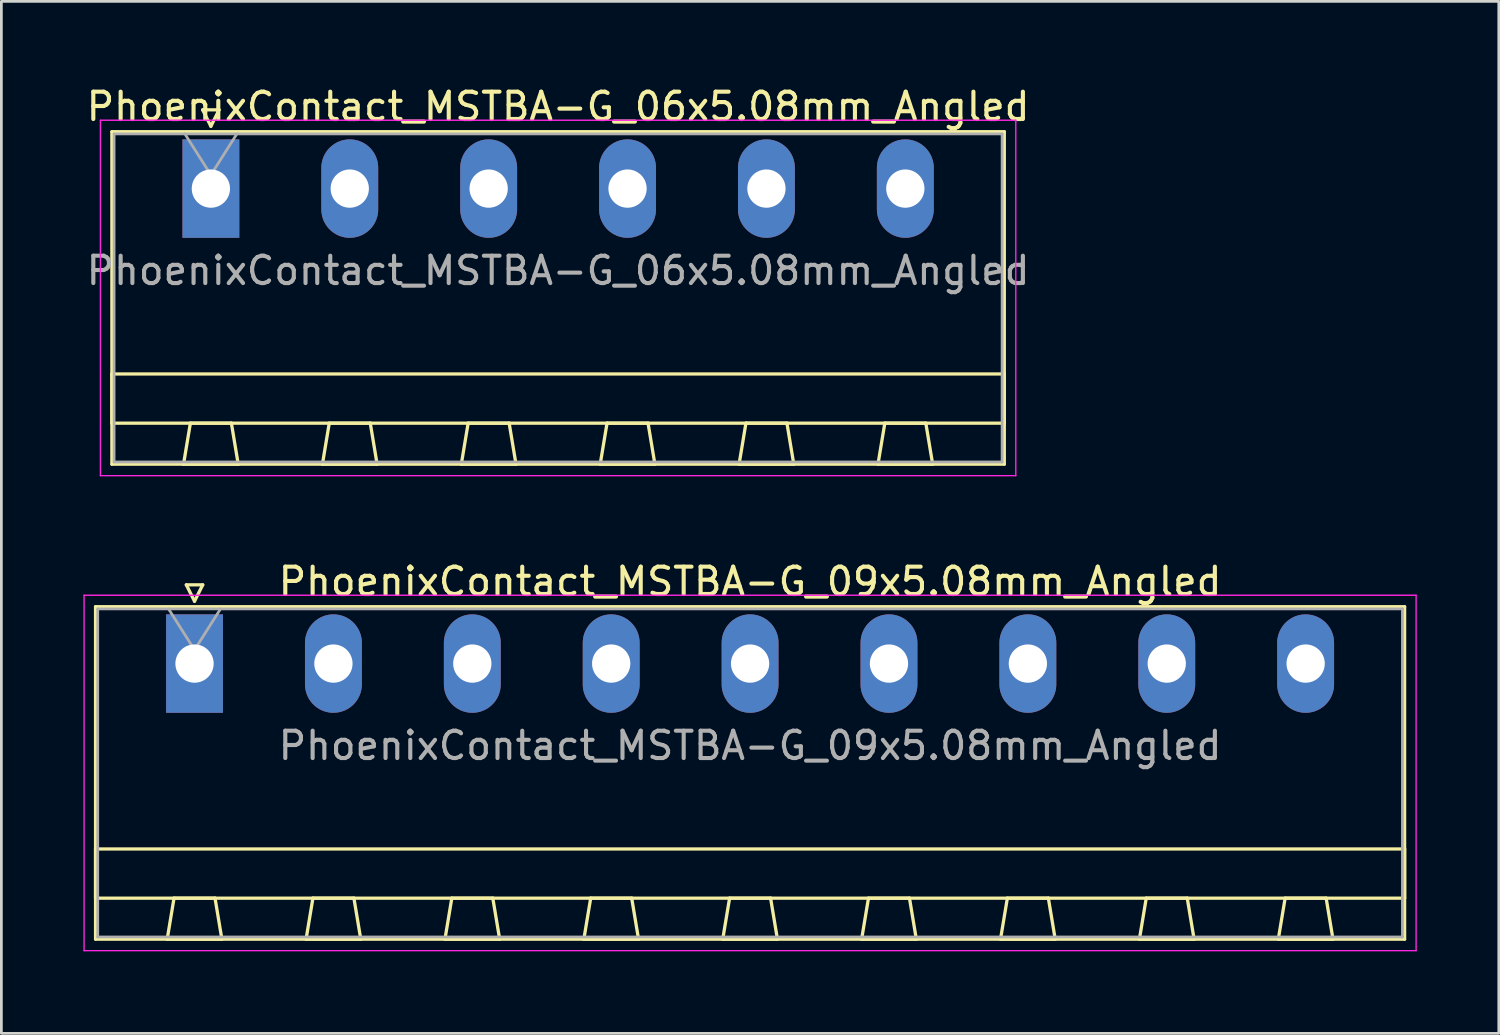
<source format=kicad_pcb>
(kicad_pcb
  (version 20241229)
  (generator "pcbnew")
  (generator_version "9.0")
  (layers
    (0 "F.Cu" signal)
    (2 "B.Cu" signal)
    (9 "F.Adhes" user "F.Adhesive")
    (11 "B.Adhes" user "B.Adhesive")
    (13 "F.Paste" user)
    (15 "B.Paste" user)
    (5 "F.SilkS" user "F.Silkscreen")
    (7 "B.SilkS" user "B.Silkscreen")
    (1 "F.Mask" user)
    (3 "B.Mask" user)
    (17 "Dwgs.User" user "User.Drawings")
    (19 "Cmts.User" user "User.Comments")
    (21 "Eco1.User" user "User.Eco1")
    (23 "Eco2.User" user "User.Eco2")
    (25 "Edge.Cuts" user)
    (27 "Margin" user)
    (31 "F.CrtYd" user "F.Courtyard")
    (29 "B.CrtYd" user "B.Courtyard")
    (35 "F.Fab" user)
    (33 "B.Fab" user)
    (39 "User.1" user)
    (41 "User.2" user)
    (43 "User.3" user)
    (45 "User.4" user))
  (footprint "PhoenixContact_MSTBA-G_06x5.08mm_Angled"
    (layer "F.Cu")
    (at 4.663 3.848)
    (property "Reference" "PhoenixContact_MSTBA-G_06x5.08mm_Angled" (at 12.7 -3 0) (layer "F.SilkS") (effects (font (size 1 1) (thickness 0.15))))
    (attr through_hole)
    (fp_line (start -3.62 -2.08) (end -3.62 10.08) (stroke (width 0.12) (type solid)) (layer "F.SilkS"))
    (fp_line (start -3.62 6.78) (end 29.02 6.78) (stroke (width 0.12) (type solid)) (layer "F.SilkS"))
    (fp_line (start -3.62 8.58) (end -3.62 6.78) (stroke (width 0.12) (type solid)) (layer "F.SilkS"))
    (fp_line (start -3.62 10.08) (end 29.02 10.08) (stroke (width 0.12) (type solid)) (layer "F.SilkS"))
    (fp_line (start -1 10.08) (end 1 10.08) (stroke (width 0.12) (type solid)) (layer "F.SilkS"))
    (fp_line (start -0.75 8.58) (end -1 10.08) (stroke (width 0.12) (type solid)) (layer "F.SilkS"))
    (fp_line (start -0.3 -2.88) (end 0.3 -2.88) (stroke (width 0.12) (type solid)) (layer "F.SilkS"))
    (fp_line (start 0 -2.28) (end -0.3 -2.88) (stroke (width 0.12) (type solid)) (layer "F.SilkS"))
    (fp_line (start 0.3 -2.88) (end 0 -2.28) (stroke (width 0.12) (type solid)) (layer "F.SilkS"))
    (fp_line (start 0.75 8.58) (end -0.75 8.58) (stroke (width 0.12) (type solid)) (layer "F.SilkS"))
    (fp_line (start 1 10.08) (end 0.75 8.58) (stroke (width 0.12) (type solid)) (layer "F.SilkS"))
    (fp_line (start 4.08 10.08) (end 6.08 10.08) (stroke (width 0.12) (type solid)) (layer "F.SilkS"))
    (fp_line (start 4.33 8.58) (end 4.08 10.08) (stroke (width 0.12) (type solid)) (layer "F.SilkS"))
    (fp_line (start 5.83 8.58) (end 4.33 8.58) (stroke (width 0.12) (type solid)) (layer "F.SilkS"))
    (fp_line (start 6.08 10.08) (end 5.83 8.58) (stroke (width 0.12) (type solid)) (layer "F.SilkS"))
    (fp_line (start 9.16 10.08) (end 11.16 10.08) (stroke (width 0.12) (type solid)) (layer "F.SilkS"))
    (fp_line (start 9.41 8.58) (end 9.16 10.08) (stroke (width 0.12) (type solid)) (layer "F.SilkS"))
    (fp_line (start 10.91 8.58) (end 9.41 8.58) (stroke (width 0.12) (type solid)) (layer "F.SilkS"))
    (fp_line (start 11.16 10.08) (end 10.91 8.58) (stroke (width 0.12) (type solid)) (layer "F.SilkS"))
    (fp_line (start 14.24 10.08) (end 16.24 10.08) (stroke (width 0.12) (type solid)) (layer "F.SilkS"))
    (fp_line (start 14.49 8.58) (end 14.24 10.08) (stroke (width 0.12) (type solid)) (layer "F.SilkS"))
    (fp_line (start 15.99 8.58) (end 14.49 8.58) (stroke (width 0.12) (type solid)) (layer "F.SilkS"))
    (fp_line (start 16.24 10.08) (end 15.99 8.58) (stroke (width 0.12) (type solid)) (layer "F.SilkS"))
    (fp_line (start 19.32 10.08) (end 21.32 10.08) (stroke (width 0.12) (type solid)) (layer "F.SilkS"))
    (fp_line (start 19.57 8.58) (end 19.32 10.08) (stroke (width 0.12) (type solid)) (layer "F.SilkS"))
    (fp_line (start 21.07 8.58) (end 19.57 8.58) (stroke (width 0.12) (type solid)) (layer "F.SilkS"))
    (fp_line (start 21.32 10.08) (end 21.07 8.58) (stroke (width 0.12) (type solid)) (layer "F.SilkS"))
    (fp_line (start 24.4 10.08) (end 26.4 10.08) (stroke (width 0.12) (type solid)) (layer "F.SilkS"))
    (fp_line (start 24.65 8.58) (end 24.4 10.08) (stroke (width 0.12) (type solid)) (layer "F.SilkS"))
    (fp_line (start 26.15 8.58) (end 24.65 8.58) (stroke (width 0.12) (type solid)) (layer "F.SilkS"))
    (fp_line (start 26.4 10.08) (end 26.15 8.58) (stroke (width 0.12) (type solid)) (layer "F.SilkS"))
    (fp_line (start 29.02 -2.08) (end -3.62 -2.08) (stroke (width 0.12) (type solid)) (layer "F.SilkS"))
    (fp_line (start 29.02 6.78) (end 29.02 8.58) (stroke (width 0.12) (type solid)) (layer "F.SilkS"))
    (fp_line (start 29.02 8.58) (end -3.62 8.58) (stroke (width 0.12) (type solid)) (layer "F.SilkS"))
    (fp_line (start 29.02 10.08) (end 29.02 -2.08) (stroke (width 0.12) (type solid)) (layer "F.SilkS"))
    (fp_line (start -4.04 -2.5) (end -4.04 10.5) (stroke (width 0.05) (type solid)) (layer "F.CrtYd"))
    (fp_line (start -4.04 10.5) (end 29.44 10.5) (stroke (width 0.05) (type solid)) (layer "F.CrtYd"))
    (fp_line (start 29.44 -2.5) (end -4.04 -2.5) (stroke (width 0.05) (type solid)) (layer "F.CrtYd"))
    (fp_line (start 29.44 10.5) (end 29.44 -2.5) (stroke (width 0.05) (type solid)) (layer "F.CrtYd"))
    (fp_line (start -3.54 -2) (end -3.54 10) (stroke (width 0.1) (type solid)) (layer "F.Fab"))
    (fp_line (start -3.54 10) (end 28.94 10) (stroke (width 0.1) (type solid)) (layer "F.Fab"))
    (fp_line (start 0 -0.5) (end -0.95 -2) (stroke (width 0.1) (type solid)) (layer "F.Fab"))
    (fp_line (start 0.95 -2) (end 0 -0.5) (stroke (width 0.1) (type solid)) (layer "F.Fab"))
    (fp_line (start 28.94 -2) (end -3.54 -2) (stroke (width 0.1) (type solid)) (layer "F.Fab"))
    (fp_line (start 28.94 10) (end 28.94 -2) (stroke (width 0.1) (type solid)) (layer "F.Fab"))
    (fp_text user "${REFERENCE}" (at 12.7 3 0) (layer "F.Fab") (effects (font (size 1 1) (thickness 0.15))))
    (pad "1" thru_hole rect (at 0 0) (size 2.08 3.6) (drill 1.4) (layers "*.Cu" "*.Mask"))
    (pad "2" thru_hole oval (at 5.08 0) (size 2.08 3.6) (drill 1.4) (layers "*.Cu" "*.Mask"))
    (pad "3" thru_hole oval (at 10.16 0) (size 2.08 3.6) (drill 1.4) (layers "*.Cu" "*.Mask"))
    (pad "4" thru_hole oval (at 15.24 0) (size 2.08 3.6) (drill 1.4) (layers "*.Cu" "*.Mask"))
    (pad "5" thru_hole oval (at 20.32 0) (size 2.08 3.6) (drill 1.4) (layers "*.Cu" "*.Mask"))
    (pad "6" thru_hole oval (at 25.4 0) (size 2.08 3.6) (drill 1.4) (layers "*.Cu" "*.Mask")))
  (footprint "PhoenixContact_MSTBA-G_09x5.08mm_Angled"
    (layer "F.Cu")
    (at 4.065 21.221)
    (property "Reference" "PhoenixContact_MSTBA-G_09x5.08mm_Angled" (at 20.32 -3 0) (layer "F.SilkS") (effects (font (size 1 1) (thickness 0.15))))
    (attr through_hole)
    (fp_line (start -3.62 -2.08) (end -3.62 10.08) (stroke (width 0.12) (type solid)) (layer "F.SilkS"))
    (fp_line (start -3.62 6.78) (end 44.26 6.78) (stroke (width 0.12) (type solid)) (layer "F.SilkS"))
    (fp_line (start -3.62 8.58) (end -3.62 6.78) (stroke (width 0.12) (type solid)) (layer "F.SilkS"))
    (fp_line (start -3.62 10.08) (end 44.26 10.08) (stroke (width 0.12) (type solid)) (layer "F.SilkS"))
    (fp_line (start -1 10.08) (end 1 10.08) (stroke (width 0.12) (type solid)) (layer "F.SilkS"))
    (fp_line (start -0.75 8.58) (end -1 10.08) (stroke (width 0.12) (type solid)) (layer "F.SilkS"))
    (fp_line (start -0.3 -2.88) (end 0.3 -2.88) (stroke (width 0.12) (type solid)) (layer "F.SilkS"))
    (fp_line (start 0 -2.28) (end -0.3 -2.88) (stroke (width 0.12) (type solid)) (layer "F.SilkS"))
    (fp_line (start 0.3 -2.88) (end 0 -2.28) (stroke (width 0.12) (type solid)) (layer "F.SilkS"))
    (fp_line (start 0.75 8.58) (end -0.75 8.58) (stroke (width 0.12) (type solid)) (layer "F.SilkS"))
    (fp_line (start 1 10.08) (end 0.75 8.58) (stroke (width 0.12) (type solid)) (layer "F.SilkS"))
    (fp_line (start 4.08 10.08) (end 6.08 10.08) (stroke (width 0.12) (type solid)) (layer "F.SilkS"))
    (fp_line (start 4.33 8.58) (end 4.08 10.08) (stroke (width 0.12) (type solid)) (layer "F.SilkS"))
    (fp_line (start 5.83 8.58) (end 4.33 8.58) (stroke (width 0.12) (type solid)) (layer "F.SilkS"))
    (fp_line (start 6.08 10.08) (end 5.83 8.58) (stroke (width 0.12) (type solid)) (layer "F.SilkS"))
    (fp_line (start 9.16 10.08) (end 11.16 10.08) (stroke (width 0.12) (type solid)) (layer "F.SilkS"))
    (fp_line (start 9.41 8.58) (end 9.16 10.08) (stroke (width 0.12) (type solid)) (layer "F.SilkS"))
    (fp_line (start 10.91 8.58) (end 9.41 8.58) (stroke (width 0.12) (type solid)) (layer "F.SilkS"))
    (fp_line (start 11.16 10.08) (end 10.91 8.58) (stroke (width 0.12) (type solid)) (layer "F.SilkS"))
    (fp_line (start 14.24 10.08) (end 16.24 10.08) (stroke (width 0.12) (type solid)) (layer "F.SilkS"))
    (fp_line (start 14.49 8.58) (end 14.24 10.08) (stroke (width 0.12) (type solid)) (layer "F.SilkS"))
    (fp_line (start 15.99 8.58) (end 14.49 8.58) (stroke (width 0.12) (type solid)) (layer "F.SilkS"))
    (fp_line (start 16.24 10.08) (end 15.99 8.58) (stroke (width 0.12) (type solid)) (layer "F.SilkS"))
    (fp_line (start 19.32 10.08) (end 21.32 10.08) (stroke (width 0.12) (type solid)) (layer "F.SilkS"))
    (fp_line (start 19.57 8.58) (end 19.32 10.08) (stroke (width 0.12) (type solid)) (layer "F.SilkS"))
    (fp_line (start 21.07 8.58) (end 19.57 8.58) (stroke (width 0.12) (type solid)) (layer "F.SilkS"))
    (fp_line (start 21.32 10.08) (end 21.07 8.58) (stroke (width 0.12) (type solid)) (layer "F.SilkS"))
    (fp_line (start 24.4 10.08) (end 26.4 10.08) (stroke (width 0.12) (type solid)) (layer "F.SilkS"))
    (fp_line (start 24.65 8.58) (end 24.4 10.08) (stroke (width 0.12) (type solid)) (layer "F.SilkS"))
    (fp_line (start 26.15 8.58) (end 24.65 8.58) (stroke (width 0.12) (type solid)) (layer "F.SilkS"))
    (fp_line (start 26.4 10.08) (end 26.15 8.58) (stroke (width 0.12) (type solid)) (layer "F.SilkS"))
    (fp_line (start 29.48 10.08) (end 31.48 10.08) (stroke (width 0.12) (type solid)) (layer "F.SilkS"))
    (fp_line (start 29.73 8.58) (end 29.48 10.08) (stroke (width 0.12) (type solid)) (layer "F.SilkS"))
    (fp_line (start 31.23 8.58) (end 29.73 8.58) (stroke (width 0.12) (type solid)) (layer "F.SilkS"))
    (fp_line (start 31.48 10.08) (end 31.23 8.58) (stroke (width 0.12) (type solid)) (layer "F.SilkS"))
    (fp_line (start 34.56 10.08) (end 36.56 10.08) (stroke (width 0.12) (type solid)) (layer "F.SilkS"))
    (fp_line (start 34.81 8.58) (end 34.56 10.08) (stroke (width 0.12) (type solid)) (layer "F.SilkS"))
    (fp_line (start 36.31 8.58) (end 34.81 8.58) (stroke (width 0.12) (type solid)) (layer "F.SilkS"))
    (fp_line (start 36.56 10.08) (end 36.31 8.58) (stroke (width 0.12) (type solid)) (layer "F.SilkS"))
    (fp_line (start 39.64 10.08) (end 41.64 10.08) (stroke (width 0.12) (type solid)) (layer "F.SilkS"))
    (fp_line (start 39.89 8.58) (end 39.64 10.08) (stroke (width 0.12) (type solid)) (layer "F.SilkS"))
    (fp_line (start 41.39 8.58) (end 39.89 8.58) (stroke (width 0.12) (type solid)) (layer "F.SilkS"))
    (fp_line (start 41.64 10.08) (end 41.39 8.58) (stroke (width 0.12) (type solid)) (layer "F.SilkS"))
    (fp_line (start 44.26 -2.08) (end -3.62 -2.08) (stroke (width 0.12) (type solid)) (layer "F.SilkS"))
    (fp_line (start 44.26 6.78) (end 44.26 8.58) (stroke (width 0.12) (type solid)) (layer "F.SilkS"))
    (fp_line (start 44.26 8.58) (end -3.62 8.58) (stroke (width 0.12) (type solid)) (layer "F.SilkS"))
    (fp_line (start 44.26 10.08) (end 44.26 -2.08) (stroke (width 0.12) (type solid)) (layer "F.SilkS"))
    (fp_line (start -4.04 -2.5) (end -4.04 10.5) (stroke (width 0.05) (type solid)) (layer "F.CrtYd"))
    (fp_line (start -4.04 10.5) (end 44.68 10.5) (stroke (width 0.05) (type solid)) (layer "F.CrtYd"))
    (fp_line (start 44.68 -2.5) (end -4.04 -2.5) (stroke (width 0.05) (type solid)) (layer "F.CrtYd"))
    (fp_line (start 44.68 10.5) (end 44.68 -2.5) (stroke (width 0.05) (type solid)) (layer "F.CrtYd"))
    (fp_line (start -3.54 -2) (end -3.54 10) (stroke (width 0.1) (type solid)) (layer "F.Fab"))
    (fp_line (start -3.54 10) (end 44.18 10) (stroke (width 0.1) (type solid)) (layer "F.Fab"))
    (fp_line (start 0 -0.5) (end -0.95 -2) (stroke (width 0.1) (type solid)) (layer "F.Fab"))
    (fp_line (start 0.95 -2) (end 0 -0.5) (stroke (width 0.1) (type solid)) (layer "F.Fab"))
    (fp_line (start 44.18 -2) (end -3.54 -2) (stroke (width 0.1) (type solid)) (layer "F.Fab"))
    (fp_line (start 44.18 10) (end 44.18 -2) (stroke (width 0.1) (type solid)) (layer "F.Fab"))
    (fp_text user "${REFERENCE}" (at 20.32 3 0) (layer "F.Fab") (effects (font (size 1 1) (thickness 0.15))))
    (pad "1" thru_hole rect (at 0 0) (size 2.08 3.6) (drill 1.4) (layers "*.Cu" "*.Mask"))
    (pad "2" thru_hole oval (at 5.08 0) (size 2.08 3.6) (drill 1.4) (layers "*.Cu" "*.Mask"))
    (pad "3" thru_hole oval (at 10.16 0) (size 2.08 3.6) (drill 1.4) (layers "*.Cu" "*.Mask"))
    (pad "4" thru_hole oval (at 15.24 0) (size 2.08 3.6) (drill 1.4) (layers "*.Cu" "*.Mask"))
    (pad "5" thru_hole oval (at 20.32 0) (size 2.08 3.6) (drill 1.4) (layers "*.Cu" "*.Mask"))
    (pad "6" thru_hole oval (at 25.4 0) (size 2.08 3.6) (drill 1.4) (layers "*.Cu" "*.Mask"))
    (pad "7" thru_hole oval (at 30.48 0) (size 2.08 3.6) (drill 1.4) (layers "*.Cu" "*.Mask"))
    (pad "8" thru_hole oval (at 35.56 0) (size 2.08 3.6) (drill 1.4) (layers "*.Cu" "*.Mask"))
    (pad "9" thru_hole oval (at 40.64 0) (size 2.08 3.6) (drill 1.4) (layers "*.Cu" "*.Mask")))
  (gr_rect
    (start -3 -3)
    (end 51.77 34.746)
    (stroke (width 0.1) (type default))
    (fill no)
    (layer "Edge.Cuts")))
</source>
